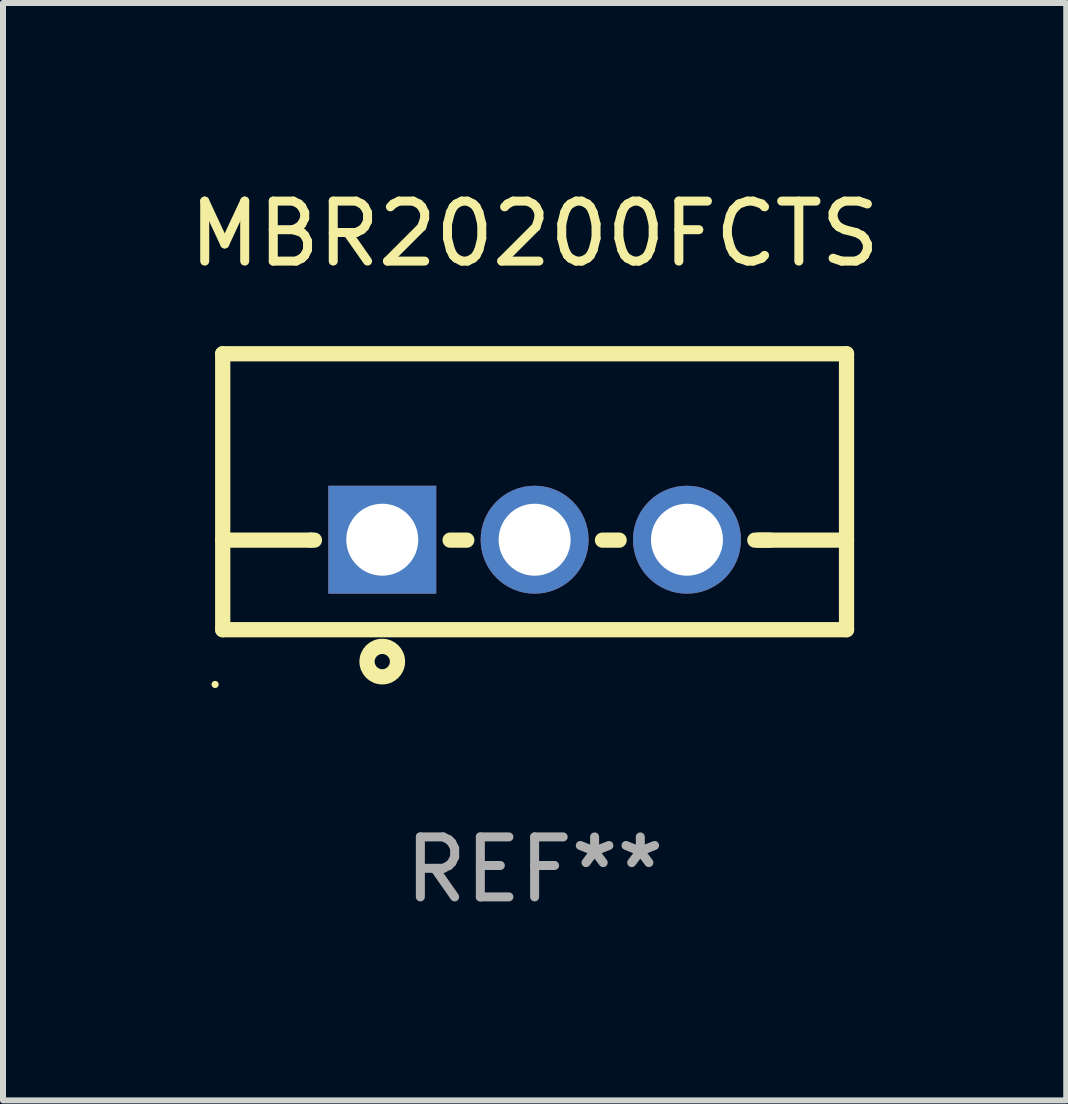
<source format=kicad_pcb>
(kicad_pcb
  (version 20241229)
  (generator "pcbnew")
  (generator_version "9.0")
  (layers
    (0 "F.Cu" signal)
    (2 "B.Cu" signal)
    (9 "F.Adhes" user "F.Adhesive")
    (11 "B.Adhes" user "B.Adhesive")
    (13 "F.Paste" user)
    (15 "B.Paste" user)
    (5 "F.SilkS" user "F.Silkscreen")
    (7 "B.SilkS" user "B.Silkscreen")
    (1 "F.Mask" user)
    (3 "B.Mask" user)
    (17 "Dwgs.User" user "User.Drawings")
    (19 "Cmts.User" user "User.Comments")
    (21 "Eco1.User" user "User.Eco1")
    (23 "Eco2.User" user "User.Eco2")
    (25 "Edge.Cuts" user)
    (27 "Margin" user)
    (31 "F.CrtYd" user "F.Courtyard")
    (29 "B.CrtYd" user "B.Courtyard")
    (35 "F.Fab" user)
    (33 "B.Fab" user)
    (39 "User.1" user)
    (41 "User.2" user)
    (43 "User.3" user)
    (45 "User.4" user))
  (footprint "MBR20200FCTS"
    (layer "F.Cu")
    (at 5.863 5.148)
    (property "Reference" "MBR20200FCTS" (at 0 -4.3 0) (layer "F.SilkS") (effects (font (size 1 1) (thickness 0.15))))
    (attr through_hole)
    (fp_line (start -5.2 -2.3) (end -5.2 2.3) (stroke (width 0.254) (type solid)) (layer "F.SilkS"))
    (fp_line (start -5.2 -2.3) (end 5.2 -2.3) (stroke (width 0.254) (type solid)) (layer "F.SilkS"))
    (fp_line (start -5.2 0.807) (end -3.731 0.807) (stroke (width 0.254) (type solid)) (layer "F.SilkS"))
    (fp_line (start -5.2 2.3) (end 5.2 2.3) (stroke (width 0.254) (type solid)) (layer "F.SilkS"))
    (fp_line (start -3.731 0.807) (end -3.671 0.807) (stroke (width 0.254) (type solid)) (layer "F.SilkS"))
    (fp_line (start -1.409 0.807) (end -1.131 0.807) (stroke (width 0.254) (type solid)) (layer "F.SilkS"))
    (fp_line (start 1.131 0.807) (end 1.409 0.807) (stroke (width 0.254) (type solid)) (layer "F.SilkS"))
    (fp_line (start 3.671 0.807) (end 3.926 0.807) (stroke (width 0.254) (type solid)) (layer "F.SilkS"))
    (fp_line (start 3.731 0.807) (end 5.2 0.807) (stroke (width 0.254) (type solid)) (layer "F.SilkS"))
    (fp_line (start 5.2 -2.3) (end 5.2 2.3) (stroke (width 0.254) (type solid)) (layer "F.SilkS"))
    (fp_circle (center -5.327 3.213) (end -5.297 3.213) (stroke (width 0.06) (type solid)) (fill no) (layer "F.SilkS"))
    (fp_circle (center -2.54 2.832) (end -2.286 2.832) (stroke (width 0.254) (type solid)) (fill no) (layer "F.SilkS"))
    (fp_text user "REF**" (at 0 6.3 0) (layer "F.Fab") (effects (font (size 1 1) (thickness 0.15))))
    (pad "1" thru_hole rect (at -2.54 0.8) (size 1.8 1.8) (drill 1.2) (layers "*.Cu" "*.Mask"))
    (pad "2" thru_hole circle (at 0 0.8) (size 1.8 1.8) (drill 1.2) (layers "*.Cu" "*.Mask"))
    (pad "3" thru_hole circle (at 2.54 0.8) (size 1.8 1.8) (drill 1.2) (layers "*.Cu" "*.Mask")))
  (gr_rect
    (start -3 -3)
    (end 14.726 15.296)
    (stroke (width 0.1) (type default))
    (fill no)
    (layer "Edge.Cuts")))
</source>
